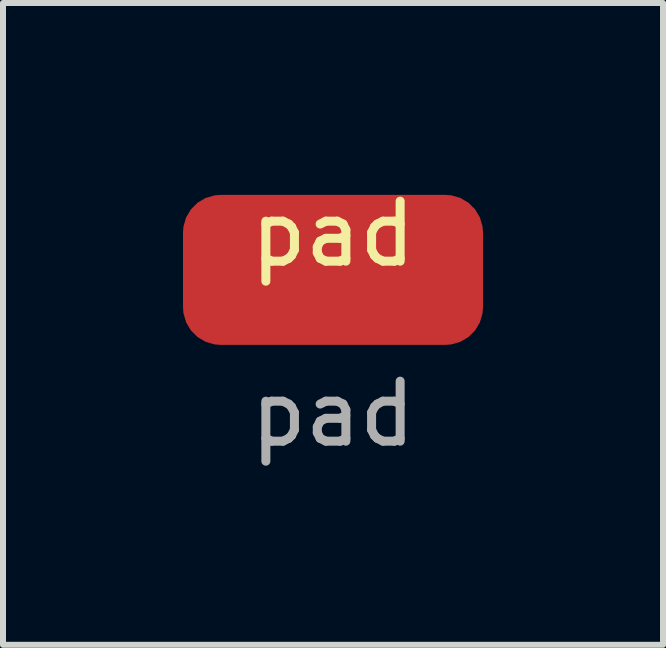
<source format=kicad_pcb>
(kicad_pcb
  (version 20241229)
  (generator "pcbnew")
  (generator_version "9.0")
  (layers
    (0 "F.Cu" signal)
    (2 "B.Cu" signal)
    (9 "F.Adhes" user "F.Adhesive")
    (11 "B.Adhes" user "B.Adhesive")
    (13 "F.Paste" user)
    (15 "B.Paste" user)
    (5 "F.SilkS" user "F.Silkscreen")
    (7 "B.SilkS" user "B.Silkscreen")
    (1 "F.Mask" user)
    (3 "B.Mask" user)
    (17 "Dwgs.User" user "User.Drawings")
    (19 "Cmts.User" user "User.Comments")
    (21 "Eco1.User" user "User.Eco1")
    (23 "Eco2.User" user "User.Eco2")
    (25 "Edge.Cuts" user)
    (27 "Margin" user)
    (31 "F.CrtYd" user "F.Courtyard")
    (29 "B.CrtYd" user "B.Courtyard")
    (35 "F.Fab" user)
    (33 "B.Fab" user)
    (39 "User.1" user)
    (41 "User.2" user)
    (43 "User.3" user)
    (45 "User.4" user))
  (footprint "pad"
    (layer "F.Cu")
    (at 2.5 1.348)
    (property "Reference" "pad" (at 0 -0.5 0) (unlocked yes) (layer "F.SilkS") (effects (font (size 1 1) (thickness 0.15))))
    (attr smd)
    (fp_text user "${REFERENCE}" (at 0 2.5 0) (unlocked yes) (layer "F.Fab") (effects (font (size 1 1) (thickness 0.15))))
    (pad "1" smd roundrect (at 0 0.1) (size 5 2.5) (layers "F.Cu" "F.Mask" "F.Paste") (roundrect_rratio 0.25)))
  (gr_rect
    (start -3 -3)
    (end 8 7.697)
    (stroke (width 0.1) (type default))
    (fill no)
    (layer "Edge.Cuts")))
</source>
